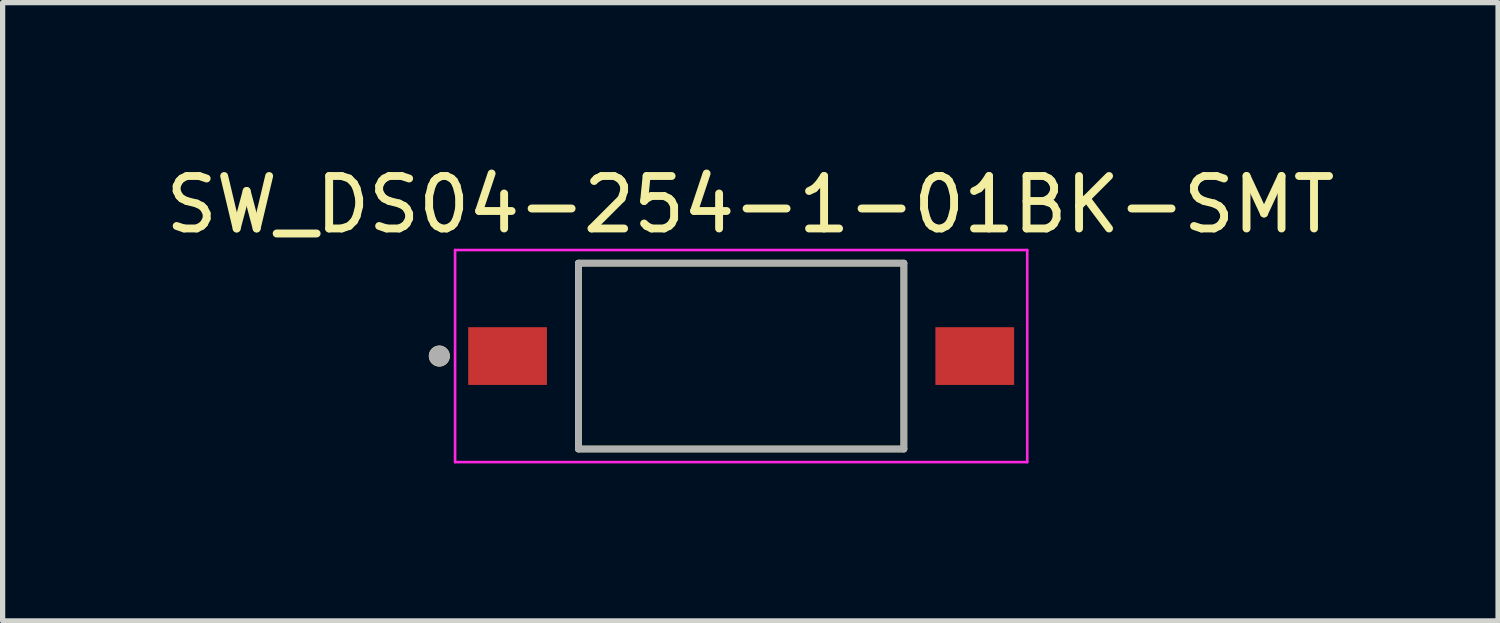
<source format=kicad_pcb>
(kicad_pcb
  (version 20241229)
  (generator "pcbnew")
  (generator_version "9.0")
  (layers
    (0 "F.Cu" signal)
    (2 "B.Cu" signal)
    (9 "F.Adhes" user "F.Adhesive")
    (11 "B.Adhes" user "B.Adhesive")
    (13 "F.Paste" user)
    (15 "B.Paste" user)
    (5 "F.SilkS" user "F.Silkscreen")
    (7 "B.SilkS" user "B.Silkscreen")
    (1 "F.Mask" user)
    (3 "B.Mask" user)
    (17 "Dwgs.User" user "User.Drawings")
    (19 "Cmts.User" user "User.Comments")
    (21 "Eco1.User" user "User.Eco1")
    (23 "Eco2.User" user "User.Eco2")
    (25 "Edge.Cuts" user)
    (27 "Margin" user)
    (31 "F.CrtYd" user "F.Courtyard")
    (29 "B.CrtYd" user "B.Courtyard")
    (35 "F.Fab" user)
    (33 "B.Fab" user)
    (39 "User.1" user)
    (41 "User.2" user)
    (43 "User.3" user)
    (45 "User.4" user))
  (footprint "SW_DS04-254-1-01BK-SMT"
    (layer "F.Cu")
    (at 11.069 3.733)
    (property "Reference" "SW_DS04-254-1-01BK-SMT" (at 0.175 -2.885 0) (layer "F.SilkS") (effects (font (size 1 1) (thickness 0.15))))
    (attr smd)
    (fp_line (start -3.1 -1.77) (end 3.1 -1.77) (stroke (width 0.127) (type solid)) (layer "F.SilkS"))
    (fp_line (start -3.1 1.77) (end -3.1 -1.77) (stroke (width 0.127) (type solid)) (layer "F.SilkS"))
    (fp_line (start 3.1 -1.77) (end 3.1 1.77) (stroke (width 0.127) (type solid)) (layer "F.SilkS"))
    (fp_line (start 3.1 1.77) (end -3.1 1.77) (stroke (width 0.127) (type solid)) (layer "F.SilkS"))
    (fp_circle (center -5.75 0) (end -5.65 0) (stroke (width 0.2) (type solid)) (fill no) (layer "F.SilkS"))
    (fp_line (start -5.45 -2.02) (end -5.45 2.02) (stroke (width 0.05) (type solid)) (layer "F.CrtYd"))
    (fp_line (start -5.45 2.02) (end 5.45 2.02) (stroke (width 0.05) (type solid)) (layer "F.CrtYd"))
    (fp_line (start 5.45 -2.02) (end -5.45 -2.02) (stroke (width 0.05) (type solid)) (layer "F.CrtYd"))
    (fp_line (start 5.45 2.02) (end 5.45 -2.02) (stroke (width 0.05) (type solid)) (layer "F.CrtYd"))
    (fp_line (start -3.1 -1.77) (end 3.1 -1.77) (stroke (width 0.127) (type solid)) (layer "F.Fab"))
    (fp_line (start -3.1 1.77) (end -3.1 -1.77) (stroke (width 0.127) (type solid)) (layer "F.Fab"))
    (fp_line (start 3.1 -1.77) (end 3.1 1.77) (stroke (width 0.127) (type solid)) (layer "F.Fab"))
    (fp_line (start 3.1 1.77) (end -3.1 1.77) (stroke (width 0.127) (type solid)) (layer "F.Fab"))
    (fp_circle (center -5.75 0) (end -5.65 0) (stroke (width 0.2) (type solid)) (fill no) (layer "F.Fab"))
    (pad "1A" smd rect (at -4.45 0) (size 1.5 1.1) (layers "F.Cu" "F.Mask" "F.Paste"))
    (pad "1B" smd rect (at 4.45 0 180) (size 1.5 1.1) (layers "F.Cu" "F.Mask" "F.Paste")))
  (gr_rect
    (start -3 -3)
    (end 25.488 8.778)
    (stroke (width 0.1) (type default))
    (fill no)
    (layer "Edge.Cuts")))
</source>
